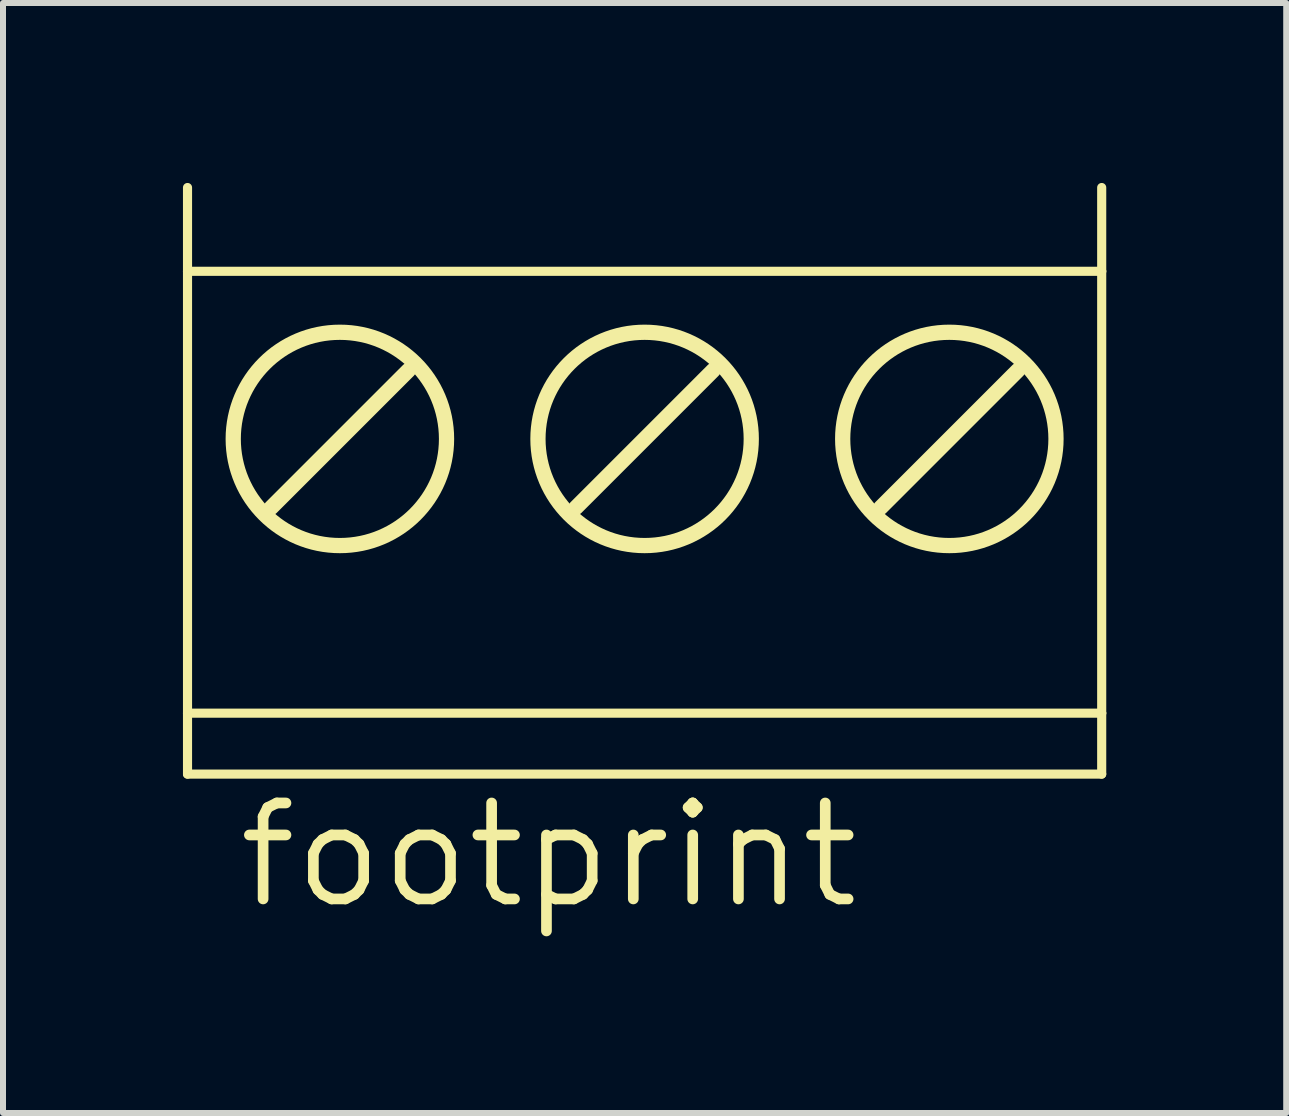
<source format=kicad_pcb>
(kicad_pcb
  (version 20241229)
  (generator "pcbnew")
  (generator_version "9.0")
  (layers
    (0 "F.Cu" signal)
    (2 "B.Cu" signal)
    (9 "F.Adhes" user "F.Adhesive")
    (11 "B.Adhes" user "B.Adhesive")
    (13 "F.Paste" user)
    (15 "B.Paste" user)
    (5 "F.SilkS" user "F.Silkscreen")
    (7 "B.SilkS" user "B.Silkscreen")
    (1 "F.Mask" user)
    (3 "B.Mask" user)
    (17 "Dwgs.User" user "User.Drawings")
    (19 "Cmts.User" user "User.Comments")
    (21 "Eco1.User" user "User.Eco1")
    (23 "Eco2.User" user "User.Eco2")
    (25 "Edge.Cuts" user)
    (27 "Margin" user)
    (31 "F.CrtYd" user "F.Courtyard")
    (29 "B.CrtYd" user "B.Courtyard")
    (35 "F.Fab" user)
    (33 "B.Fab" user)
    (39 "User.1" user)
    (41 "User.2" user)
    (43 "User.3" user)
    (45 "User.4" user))
  (footprint "footprint"
    (layer "F.Cu")
    (at 7.696 5.283)
    (property "Reference" "footprint" (at -6.858 6.858 0) (layer "F.SilkS") (effects (font (size 1.6 1.6) (thickness 0.178)) (justify left bottom)))
    (fp_line (start -7.62 -3.81) (end -7.62 -5.207) (stroke (width 0.152) (type solid)) (layer "F.SilkS"))
    (fp_line (start -7.62 -3.81) (end -7.62 3.556) (stroke (width 0.152) (type solid)) (layer "F.SilkS"))
    (fp_line (start -7.62 -3.81) (end 7.62 -3.81) (stroke (width 0.152) (type solid)) (layer "F.SilkS"))
    (fp_line (start -7.62 3.556) (end -7.62 4.572) (stroke (width 0.152) (type solid)) (layer "F.SilkS"))
    (fp_line (start -7.62 3.556) (end 7.62 3.556) (stroke (width 0.152) (type solid)) (layer "F.SilkS"))
    (fp_line (start -7.62 4.572) (end 7.62 4.572) (stroke (width 0.152) (type solid)) (layer "F.SilkS"))
    (fp_line (start -6.223 0.127) (end -3.937 -2.159) (stroke (width 0.254) (type solid)) (layer "F.SilkS"))
    (fp_line (start -1.143 0.127) (end 1.143 -2.159) (stroke (width 0.254) (type solid)) (layer "F.SilkS"))
    (fp_line (start 3.937 0.127) (end 6.223 -2.159) (stroke (width 0.254) (type solid)) (layer "F.SilkS"))
    (fp_line (start 7.62 -3.81) (end 7.62 -5.207) (stroke (width 0.152) (type solid)) (layer "F.SilkS"))
    (fp_line (start 7.62 -3.81) (end 7.62 3.556) (stroke (width 0.152) (type solid)) (layer "F.SilkS"))
    (fp_line (start 7.62 3.556) (end 7.62 4.572) (stroke (width 0.152) (type solid)) (layer "F.SilkS"))
    (fp_circle (center -5.08 -1.016) (end -3.302 -1.016) (stroke (width 0.254) (type solid)) (fill no) (layer "F.SilkS"))
    (fp_circle (center 0 -1.016) (end 1.778 -1.016) (stroke (width 0.254) (type solid)) (fill no) (layer "F.SilkS"))
    (fp_circle (center 5.08 -1.016) (end 6.858 -1.016) (stroke (width 0.254) (type solid)) (fill no) (layer "F.SilkS")))
  (gr_rect
    (start -3 -3)
    (end 18.392 15.504)
    (stroke (width 0.1) (type default))
    (fill no)
    (layer "Edge.Cuts")))
</source>
